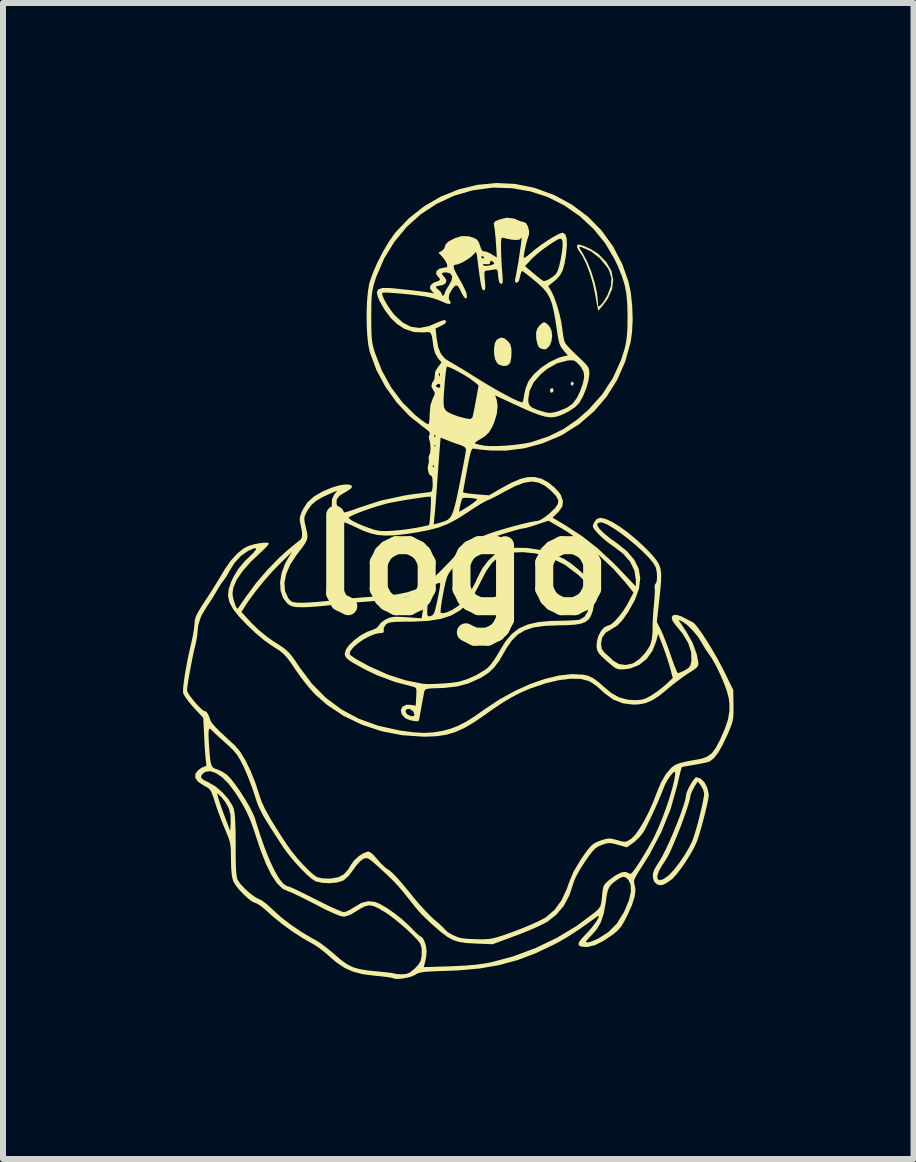
<source format=kicad_pcb>
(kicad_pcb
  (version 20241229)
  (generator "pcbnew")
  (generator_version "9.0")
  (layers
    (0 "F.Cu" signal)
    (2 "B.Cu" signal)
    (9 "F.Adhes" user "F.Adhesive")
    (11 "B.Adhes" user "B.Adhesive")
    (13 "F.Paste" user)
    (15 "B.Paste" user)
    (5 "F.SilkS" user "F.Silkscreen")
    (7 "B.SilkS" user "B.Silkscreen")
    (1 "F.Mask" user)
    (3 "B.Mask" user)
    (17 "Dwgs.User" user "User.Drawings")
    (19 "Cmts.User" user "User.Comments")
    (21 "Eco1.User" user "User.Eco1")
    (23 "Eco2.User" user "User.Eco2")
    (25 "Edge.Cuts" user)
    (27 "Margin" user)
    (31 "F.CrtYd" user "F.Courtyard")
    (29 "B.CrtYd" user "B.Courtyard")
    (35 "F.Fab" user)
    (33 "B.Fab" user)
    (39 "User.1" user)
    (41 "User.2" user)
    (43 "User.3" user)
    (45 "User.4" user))
  (footprint "logo"
    (layer "F.Cu")
    (at 4.641 6.363)
    (property "Reference" "logo" (at 0 0 0) (layer "F.SilkS") (effects (font (size 1.524 1.524) (thickness 0.3))))
    (attr board_only exclude_from_pos_files exclude_from_bom)
    (fp_poly (pts (xy 1.529 -2.932) (xy 1.531 -2.89) (xy 1.522 -2.877) (xy 1.491 -2.868) (xy 1.479 -2.881) (xy 1.477 -2.923) (xy 1.485 -2.936) (xy 1.516 -2.945)) (stroke (width 0) (type solid)) (fill yes) (layer "F.SilkS"))
    (fp_poly (pts (xy 1.873 -3.027) (xy 1.874 -3.02) (xy 1.854 -2.991) (xy 1.847 -2.987) (xy 1.824 -2.999) (xy 1.82 -3.02) (xy 1.833 -3.052) (xy 1.847 -3.053)) (stroke (width 0) (type solid)) (fill yes) (layer "F.SilkS"))
    (fp_poly (pts (xy 0.712 -3.777) (xy 0.772 -3.729) (xy 0.812 -3.677) (xy 0.83 -3.613) (xy 0.834 -3.538) (xy 0.829 -3.453) (xy 0.816 -3.382) (xy 0.808 -3.36) (xy 0.762 -3.32) (xy 0.695 -3.313) (xy 0.626 -3.336) (xy 0.592 -3.364) (xy 0.56 -3.426) (xy 0.543 -3.513) (xy 0.542 -3.608) (xy 0.556 -3.693) (xy 0.586 -3.75) (xy 0.593 -3.755) (xy 0.655 -3.787)) (stroke (width 0) (type solid)) (fill yes) (layer "F.SilkS"))
    (fp_poly (pts (xy 1.415 -4.025) (xy 1.461 -3.981) (xy 1.466 -3.974) (xy 1.501 -3.901) (xy 1.511 -3.814) (xy 1.499 -3.725) (xy 1.468 -3.65) (xy 1.421 -3.601) (xy 1.38 -3.589) (xy 1.319 -3.605) (xy 1.288 -3.628) (xy 1.267 -3.675) (xy 1.249 -3.75) (xy 1.245 -3.786) (xy 1.243 -3.872) (xy 1.262 -3.935) (xy 1.288 -3.974) (xy 1.334 -4.021) (xy 1.374 -4.043) (xy 1.377 -4.044)) (stroke (width 0) (type solid)) (fill yes) (layer "F.SilkS"))
    (fp_poly (pts (xy 2.026 -5.318) (xy 2.06 -5.305) (xy 2.157 -5.26) (xy 2.253 -5.2) (xy 2.285 -5.177) (xy 2.415 -5.043) (xy 2.497 -4.901) (xy 2.528 -4.752) (xy 2.51 -4.598) (xy 2.442 -4.442) (xy 2.355 -4.322) (xy 2.279 -4.233) (xy 2.266 -4.297) (xy 2.255 -4.355) (xy 2.239 -4.442) (xy 2.224 -4.524) (xy 2.187 -4.695) (xy 2.136 -4.865) (xy 2.077 -5.021) (xy 2.013 -5.15) (xy 1.954 -5.236) (xy 1.927 -5.286) (xy 1.927 -5.292) (xy 1.963 -5.292) (xy 1.979 -5.258) (xy 2.021 -5.191) (xy 2.095 -5.053) (xy 2.162 -4.888) (xy 2.217 -4.711) (xy 2.257 -4.539) (xy 2.274 -4.39) (xy 2.275 -4.367) (xy 2.277 -4.314) (xy 2.29 -4.306) (xy 2.325 -4.334) (xy 2.364 -4.382) (xy 2.411 -4.456) (xy 2.438 -4.507) (xy 2.491 -4.65) (xy 2.498 -4.781) (xy 2.459 -4.906) (xy 2.431 -4.955) (xy 2.308 -5.107) (xy 2.158 -5.224) (xy 2.002 -5.294) (xy 1.971 -5.301) (xy 1.963 -5.292) (xy 1.927 -5.292) (xy 1.925 -5.316) (xy 1.937 -5.335) (xy 1.966 -5.336)) (stroke (width 0) (type solid)) (fill yes) (layer "F.SilkS"))
    (fp_poly (pts (xy 3.985 3.562) (xy 4.049 3.624) (xy 4.096 3.713) (xy 4.119 3.817) (xy 4.12 3.841) (xy 4.113 3.899) (xy 4.094 3.994) (xy 4.066 4.114) (xy 4.032 4.246) (xy 3.996 4.378) (xy 3.96 4.5) (xy 3.928 4.598) (xy 3.917 4.626) (xy 3.872 4.722) (xy 3.808 4.835) (xy 3.732 4.955) (xy 3.653 5.069) (xy 3.578 5.165) (xy 3.516 5.232) (xy 3.501 5.244) (xy 3.414 5.305) (xy 3.352 5.335) (xy 3.302 5.339) (xy 3.259 5.324) (xy 3.211 5.283) (xy 3.19 5.213) (xy 3.189 5.202) (xy 3.19 5.185) (xy 3.263 5.185) (xy 3.268 5.237) (xy 3.303 5.256) (xy 3.363 5.239) (xy 3.447 5.18) (xy 3.459 5.169) (xy 3.54 5.083) (xy 3.63 4.966) (xy 3.72 4.834) (xy 3.797 4.703) (xy 3.843 4.609) (xy 3.871 4.533) (xy 3.904 4.425) (xy 3.94 4.298) (xy 3.974 4.163) (xy 4.005 4.034) (xy 4.028 3.923) (xy 4.042 3.841) (xy 4.044 3.814) (xy 4.028 3.747) (xy 3.991 3.68) (xy 3.99 3.679) (xy 3.936 3.611) (xy 3.877 3.707) (xy 3.841 3.775) (xy 3.819 3.831) (xy 3.817 3.844) (xy 3.808 3.898) (xy 3.782 3.989) (xy 3.745 4.105) (xy 3.698 4.238) (xy 3.647 4.376) (xy 3.603 4.486) (xy 3.545 4.627) (xy 3.5 4.732) (xy 3.464 4.81) (xy 3.431 4.873) (xy 3.396 4.93) (xy 3.355 4.992) (xy 3.349 5) (xy 3.289 5.104) (xy 3.263 5.185) (xy 3.19 5.185) (xy 3.191 5.142) (xy 3.212 5.081) (xy 3.256 5.003) (xy 3.291 4.95) (xy 3.341 4.866) (xy 3.4 4.751) (xy 3.464 4.614) (xy 3.529 4.464) (xy 3.591 4.311) (xy 3.648 4.164) (xy 3.694 4.032) (xy 3.726 3.926) (xy 3.74 3.853) (xy 3.74 3.844) (xy 3.752 3.795) (xy 3.782 3.726) (xy 3.822 3.652) (xy 3.863 3.587) (xy 3.898 3.546) (xy 3.912 3.538)) (stroke (width 0) (type solid)) (fill yes) (layer "F.SilkS"))
    (fp_poly (pts (xy 0.898 -6.347) (xy 1.216 -6.283) (xy 1.231 -6.278) (xy 1.551 -6.16) (xy 1.843 -6.001) (xy 2.105 -5.804) (xy 2.334 -5.572) (xy 2.526 -5.307) (xy 2.679 -5.012) (xy 2.781 -4.726) (xy 2.821 -4.537) (xy 2.845 -4.319) (xy 2.853 -4.092) (xy 2.842 -3.876) (xy 2.819 -3.714) (xy 2.729 -3.387) (xy 2.595 -3.083) (xy 2.421 -2.805) (xy 2.209 -2.558) (xy 1.962 -2.344) (xy 1.683 -2.168) (xy 1.63 -2.141) (xy 1.342 -2.021) (xy 1.041 -1.941) (xy 0.737 -1.903) (xy 0.486 -1.905) (xy 0.38 -1.914) (xy 0.288 -1.924) (xy 0.226 -1.933) (xy 0.216 -1.935) (xy 0.194 -1.938) (xy 0.177 -1.929) (xy 0.162 -1.901) (xy 0.146 -1.846) (xy 0.126 -1.758) (xy 0.101 -1.63) (xy 0.093 -1.587) (xy 0.069 -1.458) (xy 0.049 -1.347) (xy 0.034 -1.263) (xy 0.026 -1.216) (xy 0.025 -1.21) (xy 0.048 -1.201) (xy 0.111 -1.19) (xy 0.2 -1.18) (xy 0.242 -1.176) (xy 0.458 -1.158) (xy 0.662 -1.276) (xy 0.836 -1.37) (xy 0.981 -1.432) (xy 1.105 -1.462) (xy 1.216 -1.464) (xy 1.322 -1.438) (xy 1.348 -1.428) (xy 1.45 -1.371) (xy 1.549 -1.291) (xy 1.629 -1.204) (xy 1.657 -1.16) (xy 1.691 -1.058) (xy 1.679 -0.969) (xy 1.619 -0.884) (xy 1.605 -0.871) (xy 1.517 -0.787) (xy 1.738 -0.655) (xy 2.008 -0.479) (xy 2.263 -0.28) (xy 2.514 -0.048) (xy 2.637 0.077) (xy 2.906 0.361) (xy 2.906 0.255) (xy 2.882 0.096) (xy 2.809 -0.053) (xy 2.689 -0.189) (xy 2.544 -0.299) (xy 2.445 -0.369) (xy 2.346 -0.451) (xy 2.28 -0.515) (xy 2.222 -0.58) (xy 2.193 -0.622) (xy 2.189 -0.655) (xy 2.192 -0.662) (xy 2.261 -0.662) (xy 2.293 -0.607) (xy 2.365 -0.534) (xy 2.475 -0.443) (xy 2.59 -0.361) (xy 2.759 -0.226) (xy 2.879 -0.085) (xy 2.953 0.064) (xy 2.979 0.224) (xy 2.958 0.397) (xy 2.891 0.583) (xy 2.777 0.787) (xy 2.69 0.912) (xy 2.6 1.01) (xy 2.504 1.07) (xy 2.402 1.131) (xy 2.343 1.214) (xy 2.325 1.32) (xy 2.338 1.402) (xy 2.382 1.463) (xy 2.392 1.472) (xy 2.458 1.53) (xy 2.527 1.594) (xy 2.532 1.599) (xy 2.623 1.653) (xy 2.734 1.669) (xy 2.847 1.646) (xy 2.876 1.632) (xy 2.973 1.563) (xy 3.065 1.464) (xy 3.135 1.356) (xy 3.147 1.331) (xy 3.172 1.237) (xy 3.184 1.119) (xy 3.184 1.078) (xy 3.185 0.98) (xy 3.191 0.855) (xy 3.201 0.723) (xy 3.206 0.677) (xy 3.215 0.566) (xy 3.221 0.47) (xy 3.221 0.403) (xy 3.218 0.383) (xy 3.22 0.336) (xy 3.233 0.317) (xy 3.252 0.28) (xy 3.259 0.212) (xy 3.255 0.13) (xy 3.24 0.052) (xy 3.234 0.035) (xy 3.193 -0.034) (xy 3.12 -0.121) (xy 3.021 -0.221) (xy 2.907 -0.325) (xy 2.783 -0.428) (xy 2.658 -0.524) (xy 2.54 -0.606) (xy 2.436 -0.668) (xy 2.355 -0.702) (xy 2.324 -0.708) (xy 2.271 -0.696) (xy 2.261 -0.662) (xy 2.192 -0.662) (xy 2.204 -0.693) (xy 2.211 -0.708) (xy 2.255 -0.765) (xy 2.314 -0.783) (xy 2.32 -0.783) (xy 2.402 -0.765) (xy 2.511 -0.715) (xy 2.638 -0.637) (xy 2.777 -0.536) (xy 2.919 -0.418) (xy 3.058 -0.289) (xy 3.101 -0.245) (xy 3.186 -0.155) (xy 3.248 -0.079) (xy 3.291 -0.009) (xy 3.317 0.066) (xy 3.328 0.156) (xy 3.326 0.268) (xy 3.314 0.414) (xy 3.298 0.564) (xy 3.255 0.951) (xy 3.322 1.084) (xy 3.358 1.163) (xy 3.402 1.274) (xy 3.45 1.402) (xy 3.488 1.512) (xy 3.528 1.625) (xy 3.563 1.718) (xy 3.59 1.781) (xy 3.606 1.806) (xy 3.607 1.806) (xy 3.64 1.795) (xy 3.699 1.768) (xy 3.721 1.758) (xy 3.784 1.718) (xy 3.816 1.67) (xy 3.831 1.603) (xy 3.828 1.458) (xy 3.779 1.306) (xy 3.682 1.144) (xy 3.572 1.01) (xy 3.516 0.931) (xy 3.503 0.872) (xy 3.528 0.838) (xy 3.585 0.834) (xy 3.672 0.862) (xy 3.716 0.885) (xy 3.784 0.922) (xy 3.84 0.949) (xy 3.848 0.952) (xy 3.885 0.981) (xy 3.941 1.049) (xy 4.01 1.146) (xy 4.089 1.266) (xy 4.172 1.402) (xy 4.255 1.545) (xy 4.333 1.689) (xy 4.38 1.782) (xy 4.529 2.085) (xy 4.533 2.338) (xy 4.533 2.457) (xy 4.529 2.544) (xy 4.515 2.618) (xy 4.488 2.697) (xy 4.446 2.8) (xy 4.438 2.818) (xy 4.353 2.999) (xy 4.276 3.134) (xy 4.205 3.225) (xy 4.138 3.275) (xy 4.127 3.28) (xy 4.067 3.297) (xy 3.976 3.316) (xy 3.873 3.334) (xy 3.868 3.335) (xy 3.776 3.35) (xy 3.707 3.363) (xy 3.672 3.371) (xy 3.671 3.372) (xy 3.662 3.399) (xy 3.645 3.465) (xy 3.622 3.56) (xy 3.598 3.668) (xy 3.486 4.066) (xy 3.332 4.45) (xy 3.132 4.829) (xy 3.011 5.023) (xy 2.943 5.127) (xy 2.901 5.2) (xy 2.879 5.25) (xy 2.874 5.287) (xy 2.882 5.321) (xy 2.884 5.326) (xy 2.9 5.417) (xy 2.886 5.53) (xy 2.841 5.671) (xy 2.768 5.834) (xy 2.709 5.949) (xy 2.658 6.032) (xy 2.604 6.094) (xy 2.537 6.151) (xy 2.523 6.162) (xy 2.361 6.271) (xy 2.223 6.339) (xy 2.104 6.368) (xy 2.077 6.369) (xy 1.992 6.362) (xy 1.951 6.339) (xy 1.953 6.298) (xy 1.965 6.28) (xy 2.072 6.28) (xy 2.093 6.294) (xy 2.149 6.283) (xy 2.232 6.25) (xy 2.278 6.228) (xy 2.448 6.12) (xy 2.587 5.98) (xy 2.699 5.802) (xy 2.716 5.769) (xy 2.79 5.591) (xy 2.824 5.444) (xy 2.818 5.327) (xy 2.782 5.252) (xy 2.739 5.21) (xy 2.696 5.199) (xy 2.639 5.22) (xy 2.559 5.274) (xy 2.503 5.32) (xy 2.464 5.368) (xy 2.438 5.429) (xy 2.419 5.516) (xy 2.403 5.633) (xy 2.37 5.815) (xy 2.321 5.96) (xy 2.249 6.081) (xy 2.176 6.164) (xy 2.12 6.222) (xy 2.083 6.265) (xy 2.072 6.28) (xy 1.965 6.28) (xy 1.997 6.234) (xy 2.063 6.165) (xy 2.126 6.098) (xy 2.186 6.026) (xy 2.236 5.959) (xy 2.272 5.902) (xy 2.289 5.863) (xy 2.283 5.85) (xy 2.256 5.865) (xy 2.09 5.985) (xy 1.954 6.08) (xy 1.838 6.157) (xy 1.733 6.222) (xy 1.628 6.282) (xy 1.542 6.328) (xy 1.232 6.475) (xy 0.929 6.589) (xy 0.622 6.672) (xy 0.298 6.728) (xy -0.055 6.759) (xy -0.215 6.766) (xy -0.385 6.771) (xy -0.512 6.777) (xy -0.604 6.783) (xy -0.669 6.792) (xy -0.715 6.803) (xy -0.749 6.819) (xy -0.769 6.832) (xy -0.827 6.859) (xy -0.908 6.881) (xy -0.997 6.897) (xy -1.076 6.902) (xy -1.13 6.895) (xy -1.14 6.889) (xy -1.17 6.88) (xy -1.24 6.87) (xy -1.338 6.858) (xy -1.443 6.848) (xy -1.642 6.823) (xy -1.805 6.781) (xy -1.947 6.718) (xy -2.083 6.627) (xy -2.199 6.528) (xy -2.288 6.45) (xy -2.379 6.38) (xy -2.455 6.33) (xy -2.47 6.322) (xy -2.636 6.228) (xy -2.816 6.112) (xy -2.991 5.985) (xy -3.146 5.859) (xy -3.2 5.81) (xy -3.283 5.736) (xy -3.358 5.677) (xy -3.413 5.643) (xy -3.434 5.636) (xy -3.48 5.618) (xy -3.547 5.569) (xy -3.623 5.5) (xy -3.698 5.422) (xy -3.76 5.345) (xy -3.801 5.279) (xy -3.804 5.274) (xy -3.826 5.189) (xy -3.838 5.062) (xy -3.842 4.91) (xy -3.843 4.786) (xy -3.848 4.695) (xy -3.861 4.619) (xy -3.885 4.543) (xy -3.924 4.448) (xy -3.94 4.409) (xy -3.995 4.276) (xy -4.051 4.127) (xy -4.099 3.989) (xy -4.108 3.959) (xy -4.142 3.854) (xy -4.162 3.804) (xy -4.073 3.804) (xy -4.055 3.88) (xy -4.038 3.936) (xy -4.008 4.024) (xy -3.97 4.131) (xy -3.946 4.195) (xy -3.854 4.436) (xy -3.847 4.288) (xy -3.85 4.167) (xy -3.876 4.067) (xy -3.891 4.033) (xy -3.938 3.952) (xy -3.992 3.881) (xy -4.008 3.865) (xy -4.073 3.804) (xy -4.162 3.804) (xy -4.169 3.786) (xy -4.197 3.742) (xy -4.235 3.711) (xy -4.289 3.681) (xy -4.297 3.677) (xy -4.391 3.615) (xy -4.437 3.549) (xy -4.436 3.518) (xy -4.339 3.518) (xy -4.337 3.551) (xy -4.297 3.585) (xy -4.213 3.626) (xy -4.213 3.626) (xy -4.1 3.693) (xy -3.988 3.788) (xy -3.89 3.897) (xy -3.819 4.008) (xy -3.795 4.067) (xy -3.781 4.144) (xy -3.771 4.27) (xy -3.765 4.445) (xy -3.763 4.668) (xy -3.763 4.68) (xy -3.763 4.871) (xy -3.76 5.017) (xy -3.754 5.124) (xy -3.745 5.198) (xy -3.734 5.245) (xy -3.729 5.254) (xy -3.683 5.319) (xy -3.612 5.395) (xy -3.529 5.47) (xy -3.448 5.531) (xy -3.382 5.568) (xy -3.371 5.571) (xy -3.322 5.597) (xy -3.251 5.65) (xy -3.171 5.722) (xy -3.139 5.753) (xy -3.009 5.87) (xy -2.847 5.995) (xy -2.668 6.117) (xy -2.486 6.225) (xy -2.432 6.254) (xy -2.359 6.299) (xy -2.266 6.367) (xy -2.167 6.447) (xy -2.124 6.485) (xy -2.008 6.584) (xy -1.908 6.656) (xy -1.809 6.705) (xy -1.697 6.738) (xy -1.56 6.76) (xy -1.427 6.773) (xy -1.309 6.785) (xy -1.211 6.796) (xy -1.143 6.805) (xy -1.116 6.812) (xy -1.085 6.819) (xy -1.023 6.823) (xy -0.993 6.824) (xy -0.919 6.818) (xy -0.86 6.793) (xy -0.793 6.74) (xy -0.779 6.727) (xy -0.716 6.661) (xy -0.682 6.602) (xy -0.666 6.526) (xy -0.664 6.504) (xy -0.664 6.391) (xy -0.686 6.315) (xy -0.729 6.258) (xy -0.804 6.179) (xy -0.899 6.088) (xy -1.007 5.993) (xy -1.116 5.903) (xy -1.217 5.827) (xy -1.264 5.796) (xy -1.38 5.726) (xy -1.468 5.686) (xy -1.542 5.675) (xy -1.613 5.692) (xy -1.694 5.736) (xy -1.733 5.761) (xy -1.851 5.831) (xy -1.944 5.862) (xy -1.964 5.863) (xy -2.026 5.85) (xy -2.128 5.81) (xy -2.269 5.744) (xy -2.432 5.66) (xy -2.564 5.592) (xy -2.684 5.532) (xy -2.785 5.484) (xy -2.856 5.452) (xy -2.885 5.442) (xy -2.98 5.399) (xy -3.073 5.31) (xy -3.166 5.172) (xy -3.258 4.986) (xy -3.35 4.751) (xy -3.412 4.567) (xy -3.471 4.387) (xy -3.526 4.24) (xy -3.583 4.113) (xy -3.649 3.991) (xy -3.73 3.858) (xy -3.782 3.78) (xy -3.885 3.644) (xy -3.991 3.539) (xy -4.093 3.47) (xy -4.186 3.439) (xy -4.266 3.449) (xy -4.307 3.477) (xy -4.339 3.518) (xy -4.436 3.518) (xy -4.435 3.482) (xy -4.386 3.419) (xy -4.329 3.38) (xy -4.282 3.362) (xy -4.28 3.361) (xy -4.252 3.347) (xy -4.255 3.304) (xy -4.262 3.258) (xy -4.269 3.173) (xy -4.278 3.06) (xy -4.285 2.93) (xy -4.287 2.898) (xy -4.29 2.829) (xy -4.216 2.829) (xy -4.211 2.953) (xy -4.21 2.976) (xy -4.199 3.126) (xy -4.189 3.234) (xy -4.177 3.307) (xy -4.16 3.353) (xy -4.137 3.381) (xy -4.105 3.398) (xy -4.073 3.408) (xy -3.991 3.444) (xy -3.911 3.497) (xy -3.901 3.506) (xy -3.836 3.575) (xy -3.758 3.677) (xy -3.674 3.799) (xy -3.592 3.929) (xy -3.52 4.054) (xy -3.467 4.162) (xy -3.445 4.219) (xy -3.36 4.489) (xy -3.276 4.727) (xy -3.193 4.932) (xy -3.113 5.101) (xy -3.038 5.229) (xy -2.969 5.315) (xy -2.908 5.355) (xy -2.89 5.358) (xy -2.857 5.369) (xy -2.786 5.4) (xy -2.687 5.447) (xy -2.566 5.507) (xy -2.435 5.573) (xy -2.299 5.641) (xy -2.176 5.701) (xy -2.072 5.747) (xy -1.997 5.778) (xy -1.96 5.788) (xy -1.908 5.773) (xy -1.836 5.736) (xy -1.792 5.707) (xy -1.67 5.635) (xy -1.557 5.606) (xy -1.444 5.617) (xy -1.442 5.618) (xy -1.354 5.654) (xy -1.243 5.719) (xy -1.12 5.804) (xy -0.996 5.902) (xy -0.885 6.003) (xy -0.851 6.037) (xy -0.781 6.108) (xy -0.724 6.162) (xy -0.687 6.19) (xy -0.681 6.192) (xy -0.65 6.214) (xy -0.619 6.271) (xy -0.594 6.346) (xy -0.582 6.424) (xy -0.581 6.437) (xy -0.588 6.529) (xy -0.605 6.616) (xy -0.606 6.619) (xy -0.63 6.704) (xy -0.195 6.691) (xy 0.045 6.68) (xy 0.244 6.663) (xy 0.414 6.639) (xy 0.489 6.625) (xy 0.861 6.525) (xy 1.23 6.388) (xy 1.583 6.219) (xy 1.911 6.023) (xy 2.204 5.805) (xy 2.232 5.782) (xy 2.282 5.735) (xy 2.313 5.692) (xy 2.329 5.636) (xy 2.34 5.551) (xy 2.342 5.518) (xy 2.352 5.423) (xy 2.366 5.361) (xy 2.391 5.317) (xy 2.436 5.273) (xy 2.461 5.252) (xy 2.572 5.172) (xy 2.665 5.126) (xy 2.736 5.117) (xy 2.766 5.13) (xy 2.807 5.149) (xy 2.826 5.146) (xy 2.858 5.113) (xy 2.908 5.044) (xy 2.971 4.949) (xy 3.04 4.837) (xy 3.11 4.718) (xy 3.176 4.6) (xy 3.214 4.526) (xy 3.279 4.385) (xy 3.345 4.226) (xy 3.408 4.057) (xy 3.464 3.889) (xy 3.51 3.733) (xy 3.544 3.597) (xy 3.561 3.494) (xy 3.562 3.462) (xy 3.551 3.448) (xy 3.522 3.468) (xy 3.482 3.515) (xy 3.439 3.577) (xy 3.399 3.648) (xy 3.374 3.706) (xy 3.332 3.813) (xy 3.278 3.942) (xy 3.217 4.08) (xy 3.154 4.215) (xy 3.096 4.335) (xy 3.048 4.427) (xy 3.028 4.461) (xy 2.965 4.54) (xy 2.886 4.616) (xy 2.859 4.635) (xy 2.755 4.708) (xy 2.606 4.666) (xy 2.52 4.643) (xy 2.46 4.637) (xy 2.404 4.646) (xy 2.337 4.669) (xy 2.28 4.693) (xy 2.232 4.725) (xy 2.184 4.774) (xy 2.127 4.847) (xy 2.057 4.948) (xy 1.989 5.054) (xy 1.929 5.158) (xy 1.886 5.244) (xy 1.87 5.289) (xy 1.799 5.507) (xy 1.704 5.685) (xy 1.579 5.832) (xy 1.437 5.944) (xy 1.366 5.984) (xy 1.259 6.035) (xy 1.128 6.092) (xy 0.985 6.15) (xy 0.91 6.178) (xy 0.518 6.323) (xy 0.24 6.312) (xy 0.082 6.303) (xy -0.04 6.285) (xy -0.14 6.253) (xy -0.233 6.202) (xy -0.334 6.127) (xy -0.397 6.073) (xy -0.518 5.966) (xy -0.612 5.878) (xy -0.693 5.795) (xy -0.772 5.703) (xy -0.862 5.59) (xy -0.885 5.561) (xy -0.972 5.451) (xy -1.054 5.355) (xy -1.14 5.264) (xy -1.241 5.166) (xy -1.367 5.049) (xy -1.414 5.007) (xy -1.491 4.94) (xy -1.542 4.902) (xy -1.579 4.888) (xy -1.613 4.892) (xy -1.636 4.901) (xy -1.688 4.939) (xy -1.751 5.009) (xy -1.8 5.078) (xy -1.88 5.184) (xy -1.959 5.254) (xy -1.981 5.266) (xy -2.079 5.295) (xy -2.201 5.306) (xy -2.325 5.3) (xy -2.429 5.275) (xy -2.434 5.273) (xy -2.495 5.234) (xy -2.578 5.163) (xy -2.673 5.068) (xy -2.774 4.958) (xy -2.871 4.842) (xy -2.956 4.729) (xy -2.989 4.68) (xy -3.102 4.506) (xy -3.191 4.368) (xy -3.259 4.257) (xy -3.312 4.168) (xy -3.351 4.092) (xy -3.383 4.024) (xy -3.409 3.956) (xy -3.434 3.88) (xy -3.448 3.836) (xy -3.496 3.696) (xy -3.554 3.544) (xy -3.613 3.405) (xy -3.635 3.356) (xy -3.689 3.25) (xy -3.74 3.167) (xy -3.799 3.095) (xy -3.879 3.017) (xy -3.949 2.954) (xy -4.034 2.878) (xy -4.104 2.813) (xy -4.151 2.768) (xy -4.166 2.75) (xy -4.195 2.73) (xy -4.201 2.73) (xy -4.213 2.754) (xy -4.216 2.829) (xy -4.29 2.829) (xy -4.304 2.55) (xy -4.465 2.377) (xy -4.539 2.291) (xy -4.598 2.211) (xy -4.634 2.149) (xy -4.64 2.132) (xy -4.64 2.093) (xy -4.574 2.093) (xy -4.559 2.133) (xy -4.519 2.194) (xy -4.464 2.264) (xy -4.402 2.335) (xy -4.344 2.394) (xy -4.297 2.432) (xy -4.272 2.439) (xy -4.249 2.451) (xy -4.219 2.498) (xy -4.191 2.569) (xy -4.184 2.594) (xy -4.158 2.637) (xy -4.105 2.699) (xy -4.036 2.77) (xy -4.024 2.781) (xy -3.936 2.862) (xy -3.847 2.945) (xy -3.777 3.01) (xy -3.689 3.113) (xy -3.6 3.259) (xy -3.512 3.44) (xy -3.43 3.647) (xy -3.363 3.856) (xy -3.328 3.954) (xy -3.272 4.073) (xy -3.194 4.215) (xy -3.09 4.385) (xy -2.959 4.589) (xy -2.892 4.688) (xy -2.819 4.788) (xy -2.732 4.895) (xy -2.638 4.999) (xy -2.547 5.091) (xy -2.467 5.162) (xy -2.408 5.203) (xy -2.402 5.206) (xy -2.324 5.224) (xy -2.219 5.229) (xy -2.174 5.227) (xy -2.051 5.206) (xy -1.959 5.156) (xy -1.884 5.071) (xy -1.842 4.998) (xy -1.79 4.926) (xy -1.716 4.858) (xy -1.635 4.805) (xy -1.563 4.779) (xy -1.549 4.778) (xy -1.51 4.797) (xy -1.456 4.846) (xy -1.403 4.907) (xy -1.339 4.98) (xy -1.276 5.04) (xy -1.237 5.068) (xy -1.195 5.096) (xy -1.141 5.144) (xy -1.073 5.215) (xy -0.986 5.314) (xy -0.876 5.447) (xy -0.783 5.561) (xy -0.691 5.67) (xy -0.591 5.778) (xy -0.498 5.872) (xy -0.442 5.922) (xy -0.367 5.986) (xy -0.307 6.042) (xy -0.273 6.078) (xy -0.27 6.082) (xy -0.228 6.122) (xy -0.154 6.165) (xy -0.066 6.203) (xy -0.013 6.219) (xy 0.047 6.228) (xy 0.141 6.235) (xy 0.251 6.239) (xy 0.287 6.24) (xy 0.375 6.24) (xy 0.449 6.236) (xy 0.519 6.225) (xy 0.598 6.205) (xy 0.697 6.173) (xy 0.827 6.127) (xy 0.887 6.105) (xy 1.029 6.05) (xy 1.167 5.992) (xy 1.288 5.937) (xy 1.379 5.889) (xy 1.405 5.874) (xy 1.55 5.75) (xy 1.668 5.589) (xy 1.76 5.388) (xy 1.783 5.317) (xy 1.868 5.111) (xy 1.989 4.91) (xy 2.066 4.799) (xy 2.124 4.722) (xy 2.172 4.671) (xy 2.219 4.636) (xy 2.275 4.61) (xy 2.335 4.589) (xy 2.411 4.566) (xy 2.471 4.56) (xy 2.538 4.572) (xy 2.597 4.588) (xy 2.676 4.61) (xy 2.727 4.615) (xy 2.769 4.602) (xy 2.822 4.568) (xy 2.83 4.563) (xy 2.892 4.502) (xy 2.964 4.401) (xy 3.042 4.271) (xy 3.12 4.12) (xy 3.192 3.957) (xy 3.248 3.812) (xy 3.323 3.63) (xy 3.408 3.484) (xy 3.498 3.379) (xy 3.565 3.332) (xy 3.633 3.306) (xy 3.733 3.28) (xy 3.844 3.259) (xy 3.865 3.256) (xy 3.996 3.232) (xy 4.093 3.197) (xy 4.168 3.143) (xy 4.232 3.06) (xy 4.297 2.939) (xy 4.31 2.913) (xy 4.389 2.732) (xy 4.44 2.58) (xy 4.464 2.444) (xy 4.465 2.314) (xy 4.454 2.225) (xy 4.424 2.111) (xy 4.374 1.971) (xy 4.309 1.82) (xy 4.237 1.674) (xy 4.166 1.549) (xy 4.115 1.476) (xy 4.064 1.403) (xy 4.014 1.319) (xy 4.007 1.305) (xy 3.939 1.197) (xy 3.849 1.088) (xy 3.754 0.997) (xy 3.689 0.95) (xy 3.64 0.925) (xy 3.62 0.921) (xy 3.621 0.925) (xy 3.641 0.956) (xy 3.681 1.016) (xy 3.734 1.096) (xy 3.749 1.117) (xy 3.853 1.303) (xy 3.922 1.495) (xy 3.947 1.627) (xy 3.947 1.667) (xy 3.931 1.701) (xy 3.889 1.738) (xy 3.814 1.787) (xy 3.791 1.801) (xy 3.695 1.866) (xy 3.582 1.95) (xy 3.471 2.038) (xy 3.437 2.067) (xy 3.3 2.179) (xy 3.181 2.257) (xy 3.07 2.304) (xy 2.956 2.326) (xy 2.866 2.33) (xy 2.691 2.309) (xy 2.532 2.247) (xy 2.382 2.139) (xy 2.338 2.098) (xy 2.258 2.027) (xy 2.176 1.968) (xy 2.117 1.935) (xy 1.982 1.901) (xy 1.812 1.898) (xy 1.614 1.924) (xy 1.392 1.978) (xy 1.152 2.06) (xy 1.12 2.072) (xy 0.975 2.135) (xy 0.833 2.209) (xy 0.681 2.3) (xy 0.508 2.416) (xy 0.401 2.493) (xy 0.213 2.622) (xy 0.05 2.718) (xy -0.101 2.787) (xy -0.25 2.831) (xy -0.409 2.856) (xy -0.59 2.864) (xy -0.632 2.864) (xy -0.988 2.84) (xy -1.332 2.773) (xy -1.659 2.665) (xy -1.964 2.518) (xy -2.24 2.334) (xy -2.435 2.164) (xy -2.515 2.077) (xy -2.609 1.963) (xy -2.703 1.838) (xy -2.769 1.744) (xy -2.846 1.63) (xy -2.908 1.548) (xy -2.964 1.487) (xy -3.025 1.436) (xy -3.102 1.385) (xy -3.145 1.358) (xy -3.283 1.262) (xy -3.435 1.135) (xy -3.582 0.995) (xy -3.716 0.853) (xy -3.768 0.786) (xy -3.667 0.786) (xy -3.5 0.968) (xy -3.382 1.083) (xy -3.249 1.193) (xy -3.142 1.269) (xy -3.032 1.338) (xy -2.951 1.395) (xy -2.888 1.45) (xy -2.832 1.514) (xy -2.77 1.6) (xy -2.699 1.706) (xy -2.491 1.983) (xy -2.259 2.217) (xy -2.001 2.409) (xy -1.714 2.563) (xy -1.396 2.679) (xy -1.043 2.758) (xy -0.998 2.765) (xy -0.797 2.791) (xy -0.628 2.801) (xy -0.476 2.793) (xy -0.327 2.769) (xy -0.324 2.769) (xy -0.191 2.734) (xy -0.064 2.686) (xy 0.068 2.619) (xy 0.215 2.527) (xy 0.379 2.412) (xy 0.628 2.246) (xy 0.883 2.105) (xy 1.138 1.989) (xy 1.386 1.902) (xy 1.621 1.845) (xy 1.838 1.821) (xy 2.03 1.831) (xy 2.109 1.848) (xy 2.198 1.89) (xy 2.306 1.971) (xy 2.363 2.024) (xy 2.498 2.137) (xy 2.628 2.209) (xy 2.769 2.247) (xy 2.886 2.255) (xy 2.982 2.251) (xy 3.06 2.231) (xy 3.147 2.186) (xy 3.164 2.176) (xy 3.262 2.11) (xy 3.362 2.032) (xy 3.41 1.99) (xy 3.521 1.886) (xy 3.477 1.72) (xy 3.445 1.613) (xy 3.403 1.485) (xy 3.359 1.362) (xy 3.355 1.352) (xy 3.277 1.15) (xy 3.245 1.272) (xy 3.181 1.436) (xy 3.084 1.57) (xy 2.959 1.669) (xy 2.813 1.727) (xy 2.732 1.739) (xy 2.658 1.743) (xy 2.605 1.738) (xy 2.559 1.717) (xy 2.502 1.674) (xy 2.437 1.618) (xy 2.348 1.538) (xy 2.292 1.479) (xy 2.262 1.428) (xy 2.251 1.374) (xy 2.254 1.304) (xy 2.255 1.285) (xy 2.278 1.191) (xy 2.323 1.105) (xy 2.379 1.041) (xy 2.439 1.012) (xy 2.448 1.011) (xy 2.494 0.991) (xy 2.557 0.936) (xy 2.628 0.855) (xy 2.7 0.76) (xy 2.764 0.657) (xy 2.779 0.628) (xy 2.866 0.462) (xy 2.736 0.299) (xy 2.531 0.068) (xy 2.289 -0.16) (xy 2.023 -0.373) (xy 1.747 -0.561) (xy 1.653 -0.617) (xy 1.448 -0.735) (xy 1.257 -0.671) (xy 1.162 -0.64) (xy 1.083 -0.618) (xy 1.034 -0.607) (xy 1.029 -0.607) (xy 0.981 -0.598) (xy 0.897 -0.576) (xy 0.789 -0.544) (xy 0.667 -0.506) (xy 0.545 -0.465) (xy 0.431 -0.424) (xy 0.34 -0.389) (xy 0.292 -0.368) (xy 0.201 -0.311) (xy 0.108 -0.233) (xy 0.063 -0.186) (xy -0.014 -0.096) (xy -0.1 0.003) (xy -0.142 0.052) (xy -0.187 0.106) (xy -0.219 0.155) (xy -0.244 0.212) (xy -0.266 0.289) (xy -0.289 0.397) (xy -0.305 0.476) (xy -0.326 0.595) (xy -0.341 0.694) (xy -0.349 0.765) (xy -0.348 0.797) (xy -0.348 0.798) (xy -0.306 0.807) (xy -0.237 0.789) (xy -0.154 0.75) (xy -0.067 0.694) (xy -0.065 0.693) (xy 0.046 0.59) (xy 0.142 0.461) (xy 0.23 0.296) (xy 0.266 0.215) (xy 0.346 0.061) (xy 0.448 -0.073) (xy 0.561 -0.178) (xy 0.679 -0.245) (xy 0.708 -0.255) (xy 0.888 -0.284) (xy 1.091 -0.282) (xy 1.304 -0.249) (xy 1.513 -0.188) (xy 1.704 -0.101) (xy 1.714 -0.096) (xy 1.813 -0.031) (xy 1.92 0.053) (xy 2.024 0.145) (xy 2.114 0.236) (xy 2.176 0.314) (xy 2.191 0.338) (xy 2.213 0.418) (xy 2.219 0.529) (xy 2.21 0.652) (xy 2.187 0.77) (xy 2.156 0.854) (xy 2.12 0.91) (xy 2.069 0.95) (xy 1.996 0.979) (xy 1.894 0.997) (xy 1.754 1.006) (xy 1.603 1.009) (xy 1.383 1.018) (xy 1.205 1.043) (xy 1.06 1.09) (xy 0.94 1.161) (xy 0.839 1.261) (xy 0.748 1.393) (xy 0.714 1.454) (xy 0.626 1.603) (xy 0.542 1.715) (xy 0.449 1.801) (xy 0.337 1.875) (xy 0.306 1.891) (xy 0.117 1.976) (xy -0.078 2.028) (xy -0.296 2.052) (xy -0.366 2.055) (xy -0.479 2.058) (xy -0.551 2.064) (xy -0.592 2.074) (xy -0.612 2.09) (xy -0.62 2.11) (xy -0.629 2.157) (xy -0.643 2.233) (xy -0.661 2.326) (xy -0.678 2.422) (xy -0.694 2.508) (xy -0.704 2.57) (xy -0.708 2.593) (xy -0.729 2.606) (xy -0.78 2.605) (xy -0.846 2.592) (xy -0.908 2.571) (xy -0.944 2.551) (xy -1 2.485) (xy -1.005 2.454) (xy -0.931 2.454) (xy -0.902 2.493) (xy -0.891 2.5) (xy -0.829 2.524) (xy -0.791 2.516) (xy -0.783 2.495) (xy -0.805 2.441) (xy -0.858 2.406) (xy -0.89 2.401) (xy -0.927 2.417) (xy -0.931 2.454) (xy -1.005 2.454) (xy -1.011 2.419) (xy -0.984 2.364) (xy -0.921 2.333) (xy -0.849 2.333) (xy -0.763 2.347) (xy -0.754 2.196) (xy -0.751 2.112) (xy -0.756 2.065) (xy -0.773 2.042) (xy -0.808 2.032) (xy -0.809 2.031) (xy -1.118 1.949) (xy -1.415 1.837) (xy -1.592 1.752) (xy -1.727 1.679) (xy -1.824 1.624) (xy -1.887 1.58) (xy -1.924 1.544) (xy -1.942 1.51) (xy -1.945 1.487) (xy -1.865 1.487) (xy -1.84 1.513) (xy -1.777 1.557) (xy -1.681 1.613) (xy -1.562 1.677) (xy -1.529 1.694) (xy -1.226 1.83) (xy -0.932 1.925) (xy -0.644 1.982) (xy -0.563 1.987) (xy -0.448 1.985) (xy -0.318 1.978) (xy -0.19 1.968) (xy -0.08 1.954) (xy -0.033 1.945) (xy 0.105 1.901) (xy 0.253 1.834) (xy 0.385 1.755) (xy 0.435 1.718) (xy 0.486 1.663) (xy 0.548 1.578) (xy 0.611 1.478) (xy 0.632 1.441) (xy 0.731 1.278) (xy 0.838 1.152) (xy 0.96 1.058) (xy 1.105 0.994) (xy 1.279 0.954) (xy 1.491 0.935) (xy 1.601 0.933) (xy 1.726 0.93) (xy 1.838 0.926) (xy 1.923 0.92) (xy 1.969 0.913) (xy 2.047 0.868) (xy 2.102 0.781) (xy 2.134 0.65) (xy 2.139 0.605) (xy 2.143 0.49) (xy 2.127 0.398) (xy 2.085 0.316) (xy 2.01 0.229) (xy 1.943 0.166) (xy 1.725 0.001) (xy 1.49 -0.117) (xy 1.242 -0.189) (xy 1.026 -0.211) (xy 0.859 -0.205) (xy 0.722 -0.177) (xy 0.608 -0.121) (xy 0.509 -0.032) (xy 0.418 0.095) (xy 0.327 0.266) (xy 0.31 0.302) (xy 0.211 0.491) (xy 0.102 0.642) (xy -0.022 0.758) (xy -0.169 0.843) (xy -0.344 0.901) (xy -0.553 0.934) (xy -0.803 0.947) (xy -0.85 0.947) (xy -0.995 0.948) (xy -1.099 0.951) (xy -1.169 0.958) (xy -1.216 0.968) (xy -1.246 0.984) (xy -1.258 0.993) (xy -1.295 1.049) (xy -1.296 1.088) (xy -1.296 1.124) (xy -1.329 1.137) (xy -1.356 1.138) (xy -1.437 1.152) (xy -1.533 1.19) (xy -1.633 1.244) (xy -1.726 1.308) (xy -1.802 1.375) (xy -1.852 1.437) (xy -1.865 1.487) (xy -1.945 1.487) (xy -1.946 1.477) (xy -1.924 1.408) (xy -1.866 1.329) (xy -1.78 1.249) (xy -1.678 1.174) (xy -1.57 1.115) (xy -1.488 1.086) (xy -1.414 1.053) (xy -1.377 1.01) (xy -1.346 0.968) (xy -1.286 0.923) (xy -1.259 0.908) (xy -1.206 0.883) (xy -1.153 0.87) (xy -1.087 0.865) (xy -0.994 0.868) (xy -0.911 0.873) (xy -0.665 0.891) (xy -0.649 0.793) (xy -0.646 0.771) (xy -0.571 0.771) (xy -0.57 0.826) (xy -0.559 0.852) (xy -0.538 0.859) (xy -0.529 0.859) (xy -0.481 0.838) (xy -0.456 0.802) (xy -0.44 0.751) (xy -0.419 0.667) (xy -0.397 0.565) (xy -0.376 0.463) (xy -0.361 0.375) (xy -0.354 0.318) (xy -0.354 0.313) (xy -0.37 0.3) (xy -0.409 0.313) (xy -0.458 0.345) (xy -0.505 0.385) (xy -0.537 0.427) (xy -0.542 0.442) (xy -0.549 0.492) (xy -0.558 0.575) (xy -0.565 0.673) (xy -0.566 0.676) (xy -0.571 0.771) (xy -0.646 0.771) (xy -0.638 0.703) (xy -0.633 0.602) (xy -0.632 0.576) (xy -0.632 0.456) (xy -0.701 0.482) (xy -0.834 0.521) (xy -1.012 0.556) (xy -1.231 0.584) (xy -1.484 0.606) (xy -1.651 0.618) (xy -1.832 0.634) (xy -2.008 0.652) (xy -2.155 0.668) (xy -2.161 0.669) (xy -2.301 0.685) (xy -2.444 0.697) (xy -2.571 0.705) (xy -2.645 0.707) (xy -2.746 0.705) (xy -2.813 0.695) (xy -2.863 0.674) (xy -2.903 0.644) (xy -2.975 0.551) (xy -3.015 0.43) (xy -3.022 0.303) (xy -2.951 0.303) (xy -2.94 0.439) (xy -2.888 0.554) (xy -2.878 0.567) (xy -2.846 0.601) (xy -2.809 0.621) (xy -2.752 0.629) (xy -2.661 0.632) (xy -2.646 0.632) (xy -2.544 0.628) (xy -2.412 0.619) (xy -2.268 0.605) (xy -2.161 0.593) (xy -2.015 0.577) (xy -1.84 0.559) (xy -1.659 0.544) (xy -1.491 0.531) (xy -1.486 0.531) (xy -1.253 0.513) (xy -1.061 0.49) (xy -0.902 0.457) (xy -0.764 0.411) (xy -0.641 0.347) (xy -0.521 0.262) (xy -0.396 0.15) (xy -0.257 0.009) (xy -0.221 -0.028) (xy -0.086 -0.169) (xy 0.029 -0.277) (xy 0.132 -0.359) (xy 0.235 -0.424) (xy 0.348 -0.477) (xy 0.481 -0.527) (xy 0.496 -0.532) (xy 0.619 -0.572) (xy 0.757 -0.612) (xy 0.898 -0.651) (xy 1.032 -0.686) (xy 1.148 -0.713) (xy 1.235 -0.729) (xy 1.274 -0.733) (xy 1.318 -0.75) (xy 1.385 -0.792) (xy 1.461 -0.852) (xy 1.472 -0.862) (xy 1.561 -0.947) (xy 1.607 -1.016) (xy 1.612 -1.078) (xy 1.577 -1.145) (xy 1.503 -1.225) (xy 1.394 -1.316) (xy 1.286 -1.37) (xy 1.172 -1.388) (xy 1.044 -1.368) (xy 0.896 -1.312) (xy 0.74 -1.232) (xy 0.634 -1.174) (xy 0.538 -1.123) (xy 0.464 -1.088) (xy 0.43 -1.074) (xy 0.385 -1.052) (xy 0.309 -1.008) (xy 0.213 -0.948) (xy 0.106 -0.877) (xy 0.097 -0.871) (xy -0.073 -0.763) (xy -0.226 -0.682) (xy -0.381 -0.622) (xy -0.554 -0.577) (xy -0.72 -0.545) (xy -0.937 -0.511) (xy -1.115 -0.492) (xy -1.264 -0.487) (xy -1.394 -0.497) (xy -1.514 -0.524) (xy -1.635 -0.567) (xy -1.747 -0.619) (xy -1.835 -0.661) (xy -1.908 -0.692) (xy -1.952 -0.707) (xy -1.957 -0.708) (xy -1.991 -0.725) (xy -2.042 -0.768) (xy -2.056 -0.781) (xy -1.881 -0.781) (xy -1.841 -0.747) (xy -1.759 -0.703) (xy -1.642 -0.652) (xy -1.542 -0.614) (xy -1.448 -0.583) (xy -1.366 -0.566) (xy -1.276 -0.562) (xy -1.162 -0.567) (xy -1.028 -0.578) (xy -0.88 -0.597) (xy -0.75 -0.618) (xy -0.748 -0.618) (xy -0.654 -0.637) (xy -0.582 -0.652) (xy -0.544 -0.662) (xy -0.541 -0.664) (xy -0.538 -0.675) (xy -0.463 -0.675) (xy -0.397 -0.691) (xy -0.322 -0.713) (xy -0.273 -0.73) (xy -0.231 -0.75) (xy -0.197 -0.779) (xy -0.167 -0.823) (xy -0.141 -0.885) (xy -0.037 -0.885) (xy -0.036 -0.885) (xy -0.012 -0.897) (xy 0.043 -0.931) (xy 0.118 -0.978) (xy 0.126 -0.984) (xy 0.198 -1.033) (xy 0.246 -1.072) (xy 0.261 -1.094) (xy 0.26 -1.095) (xy 0.222 -1.105) (xy 0.158 -1.113) (xy 0.089 -1.117) (xy 0.034 -1.115) (xy 0.015 -1.11) (xy 0.003 -1.082) (xy -0.013 -1.026) (xy -0.027 -0.963) (xy -0.037 -0.91) (xy -0.037 -0.885) (xy -0.141 -0.885) (xy -0.139 -0.888) (xy -0.112 -0.981) (xy -0.081 -1.109) (xy -0.046 -1.277) (xy -0.028 -1.365) (xy 0.003 -1.522) (xy 0.031 -1.665) (xy 0.053 -1.784) (xy 0.068 -1.872) (xy 0.076 -1.921) (xy 0.076 -1.926) (xy 0.052 -1.965) (xy -0.006 -1.992) (xy -0.078 -2.016) (xy -0.17 -2.049) (xy -0.218 -2.068) (xy -0.348 -2.12) (xy -0.364 -1.926) (xy -0.372 -1.825) (xy -0.382 -1.69) (xy -0.393 -1.539) (xy -0.404 -1.389) (xy -0.404 -1.377) (xy -0.415 -1.23) (xy -0.426 -1.084) (xy -0.436 -0.954) (xy -0.445 -0.857) (xy -0.446 -0.849) (xy -0.463 -0.675) (xy -0.538 -0.675) (xy -0.534 -0.692) (xy -0.527 -0.756) (xy -0.52 -0.841) (xy -0.514 -0.935) (xy -0.51 -1.024) (xy -0.509 -1.095) (xy -0.511 -1.134) (xy -0.513 -1.137) (xy -0.576 -1.133) (xy -0.675 -1.12) (xy -0.797 -1.102) (xy -0.93 -1.081) (xy -1.061 -1.058) (xy -1.176 -1.036) (xy -1.262 -1.017) (xy -1.278 -1.012) (xy -1.413 -0.973) (xy -1.545 -0.93) (xy -1.666 -0.887) (xy -1.767 -0.847) (xy -1.841 -0.813) (xy -1.879 -0.789) (xy -1.881 -0.781) (xy -2.056 -0.781) (xy -2.065 -0.79) (xy -2.131 -0.886) (xy -2.163 -0.992) (xy -2.158 -1.094) (xy -2.123 -1.17) (xy -2.07 -1.237) (xy -2.166 -1.197) (xy -2.311 -1.131) (xy -2.418 -1.069) (xy -2.496 -1.003) (xy -2.556 -0.923) (xy -2.59 -0.862) (xy -2.612 -0.812) (xy -2.62 -0.767) (xy -2.614 -0.71) (xy -2.594 -0.622) (xy -2.592 -0.615) (xy -2.574 -0.537) (xy -2.567 -0.476) (xy -2.574 -0.423) (xy -2.601 -0.365) (xy -2.651 -0.292) (xy -2.727 -0.193) (xy -2.746 -0.168) (xy -2.853 -0.007) (xy -2.921 0.152) (xy -2.951 0.303) (xy -3.022 0.303) (xy -3.023 0.288) (xy -2.998 0.136) (xy -2.941 -0.018) (xy -2.903 -0.087) (xy -2.826 -0.215) (xy -3.02 -0.025) (xy -3.155 0.114) (xy -3.294 0.273) (xy -3.427 0.437) (xy -3.541 0.591) (xy -3.599 0.677) (xy -3.667 0.786) (xy -3.768 0.786) (xy -3.81 0.731) (xy -3.868 0.622) (xy -3.891 0.517) (xy -3.881 0.409) (xy -3.841 0.29) (xy -3.803 0.207) (xy -3.718 0.065) (xy -3.61 -0.063) (xy -3.546 -0.125) (xy -3.465 -0.204) (xy -3.426 -0.255) (xy -3.426 -0.277) (xy -3.468 -0.271) (xy -3.55 -0.234) (xy -3.561 -0.229) (xy -3.677 -0.147) (xy -3.785 -0.028) (xy -3.87 0.108) (xy -3.912 0.185) (xy -3.956 0.25) (xy -3.968 0.265) (xy -4.006 0.316) (xy -4.054 0.392) (xy -4.083 0.442) (xy -4.14 0.539) (xy -4.208 0.644) (xy -4.241 0.691) (xy -4.336 0.848) (xy -4.386 0.997) (xy -4.397 1.096) (xy -4.404 1.176) (xy -4.421 1.277) (xy -4.436 1.343) (xy -4.459 1.439) (xy -4.485 1.559) (xy -4.51 1.69) (xy -4.535 1.822) (xy -4.555 1.941) (xy -4.569 2.035) (xy -4.574 2.093) (xy -4.574 2.093) (xy -4.64 2.093) (xy -4.641 2.073) (xy -4.631 1.974) (xy -4.612 1.843) (xy -4.586 1.69) (xy -4.553 1.523) (xy -4.515 1.351) (xy -4.5 1.289) (xy -4.476 1.176) (xy -4.458 1.068) (xy -4.449 0.985) (xy -4.448 0.97) (xy -4.443 0.914) (xy -4.424 0.855) (xy -4.387 0.781) (xy -4.326 0.682) (xy -4.29 0.626) (xy -4.215 0.512) (xy -4.157 0.422) (xy -4.106 0.34) (xy -4.052 0.253) (xy -3.987 0.144) (xy -3.947 0.078) (xy -3.848 -0.067) (xy -3.739 -0.187) (xy -3.629 -0.275) (xy -3.552 -0.314) (xy -3.462 -0.341) (xy -3.37 -0.36) (xy -3.289 -0.37) (xy -3.231 -0.369) (xy -3.21 -0.356) (xy -3.227 -0.327) (xy -3.273 -0.276) (xy -3.33 -0.222) (xy -3.514 -0.047) (xy -3.653 0.111) (xy -3.749 0.253) (xy -3.803 0.382) (xy -3.816 0.479) (xy -3.809 0.535) (xy -3.792 0.603) (xy -3.77 0.669) (xy -3.748 0.717) (xy -3.731 0.732) (xy -3.73 0.73) (xy -3.712 0.706) (xy -3.674 0.65) (xy -3.621 0.573) (xy -3.598 0.539) (xy -3.427 0.308) (xy -3.233 0.081) (xy -3.033 -0.123) (xy -2.927 -0.219) (xy -2.84 -0.293) (xy -2.764 -0.355) (xy -2.71 -0.398) (xy -2.689 -0.412) (xy -2.66 -0.456) (xy -2.657 -0.541) (xy -2.681 -0.667) (xy -2.682 -0.67) (xy -2.695 -0.738) (xy -2.693 -0.795) (xy -2.671 -0.862) (xy -2.645 -0.92) (xy -2.572 -1.037) (xy -2.462 -1.137) (xy -2.31 -1.225) (xy -2.166 -1.285) (xy -2.054 -1.32) (xy -1.959 -1.337) (xy -1.885 -1.338) (xy -1.838 -1.326) (xy -1.824 -1.301) (xy -1.848 -1.266) (xy -1.915 -1.223) (xy -1.935 -1.212) (xy -2.031 -1.153) (xy -2.08 -1.09) (xy -2.082 -1.018) (xy -2.061 -0.963) (xy -2.025 -0.905) (xy -1.991 -0.871) (xy -1.987 -0.87) (xy -1.951 -0.873) (xy -1.88 -0.892) (xy -1.787 -0.923) (xy -1.73 -0.945) (xy -1.348 -1.07) (xy -0.948 -1.156) (xy -0.809 -1.177) (xy -0.697 -1.191) (xy -0.601 -1.203) (xy -0.535 -1.211) (xy -0.512 -1.213) (xy -0.491 -1.236) (xy -0.481 -1.306) (xy -0.48 -1.352) (xy -0.485 -1.442) (xy -0.5 -1.483) (xy -0.51 -1.485) (xy -0.534 -1.501) (xy -0.553 -1.549) (xy -0.563 -1.608) (xy -0.56 -1.643) (xy -0.48 -1.643) (xy -0.471 -1.622) (xy -0.463 -1.626) (xy -0.46 -1.656) (xy -0.463 -1.66) (xy -0.478 -1.656) (xy -0.48 -1.643) (xy -0.56 -1.643) (xy -0.558 -1.66) (xy -0.553 -1.672) (xy -0.542 -1.724) (xy -0.546 -1.751) (xy -0.547 -1.805) (xy -0.537 -1.827) (xy -0.522 -1.873) (xy -0.517 -1.946) (xy -0.519 -1.984) (xy -0.455 -1.984) (xy -0.442 -1.971) (xy -0.43 -1.984) (xy -0.442 -1.997) (xy -0.455 -1.984) (xy -0.519 -1.984) (xy -0.522 -2.024) (xy -0.535 -2.083) (xy -0.539 -2.091) (xy -0.545 -2.137) (xy -0.541 -2.148) (xy -0.455 -2.148) (xy -0.446 -2.127) (xy -0.438 -2.131) (xy -0.435 -2.161) (xy -0.438 -2.165) (xy -0.453 -2.162) (xy -0.455 -2.148) (xy -0.541 -2.148) (xy -0.534 -2.166) (xy -0.528 -2.197) (xy -0.549 -2.229) (xy -0.605 -2.274) (xy -0.629 -2.29) (xy -0.867 -2.479) (xy -1.082 -2.707) (xy -1.267 -2.966) (xy -1.418 -3.247) (xy -1.527 -3.543) (xy -1.533 -3.564) (xy -1.556 -3.682) (xy -1.572 -3.837) (xy -1.58 -4.014) (xy -1.581 -4.132) (xy -1.504 -4.132) (xy -1.503 -3.971) (xy -1.5 -3.849) (xy -1.493 -3.755) (xy -1.481 -3.676) (xy -1.463 -3.601) (xy -1.444 -3.538) (xy -1.326 -3.235) (xy -1.17 -2.954) (xy -0.982 -2.704) (xy -0.766 -2.491) (xy -0.746 -2.475) (xy -0.666 -2.412) (xy -0.6 -2.366) (xy -0.558 -2.343) (xy -0.55 -2.342) (xy -0.54 -2.371) (xy -0.533 -2.436) (xy -0.531 -2.511) (xy -0.517 -2.661) (xy -0.501 -2.709) (xy -0.299 -2.709) (xy -0.293 -2.637) (xy -0.274 -2.588) (xy -0.24 -2.554) (xy -0.188 -2.525) (xy -0.154 -2.51) (xy -0.05 -2.472) (xy 0.065 -2.442) (xy 0.144 -2.429) (xy 0.175 -2.447) (xy 0.186 -2.47) (xy 0.196 -2.514) (xy 0.212 -2.593) (xy 0.232 -2.696) (xy 0.242 -2.753) (xy 0.285 -2.991) (xy 0.2 -3.06) (xy 0.137 -3.106) (xy 0.055 -3.158) (xy -0.034 -3.209) (xy -0.12 -3.255) (xy -0.191 -3.288) (xy -0.236 -3.303) (xy -0.245 -3.302) (xy -0.252 -3.273) (xy -0.262 -3.203) (xy -0.273 -3.102) (xy -0.284 -2.981) (xy -0.285 -2.959) (xy -0.296 -2.813) (xy -0.299 -2.709) (xy -0.501 -2.709) (xy -0.481 -2.767) (xy -0.451 -2.831) (xy -0.446 -2.87) (xy -0.463 -2.901) (xy -0.468 -2.907) (xy -0.502 -2.972) (xy -0.5 -2.983) (xy -0.43 -2.983) (xy -0.409 -2.961) (xy -0.404 -2.958) (xy -0.366 -2.95) (xy -0.353 -2.981) (xy -0.358 -3.007) (xy -0.382 -3.017) (xy -0.404 -3.007) (xy -0.43 -2.983) (xy -0.5 -2.983) (xy -0.492 -3.032) (xy -0.471 -3.055) (xy -0.449 -3.101) (xy -0.448 -3.145) (xy -0.444 -3.174) (xy -0.377 -3.174) (xy -0.372 -3.141) (xy -0.364 -3.141) (xy -0.358 -3.175) (xy -0.362 -3.189) (xy -0.373 -3.199) (xy -0.377 -3.174) (xy -0.444 -3.174) (xy -0.438 -3.22) (xy -0.396 -3.29) (xy -0.333 -3.374) (xy -0.392 -3.443) (xy -0.439 -3.524) (xy -0.467 -3.629) (xy -0.468 -3.633) (xy -0.483 -3.747) (xy -0.496 -3.82) (xy -0.513 -3.86) (xy -0.539 -3.877) (xy -0.58 -3.878) (xy -0.627 -3.873) (xy -0.795 -3.879) (xy -0.952 -3.933) (xy -1.079 -4.016) (xy -1.183 -4.118) (xy -1.282 -4.252) (xy -1.365 -4.397) (xy -1.397 -4.472) (xy -1.403 -4.505) (xy -1.322 -4.505) (xy -1.3 -4.446) (xy -1.26 -4.369) (xy -1.206 -4.284) (xy -1.147 -4.202) (xy -1.104 -4.151) (xy -0.974 -4.034) (xy -0.84 -3.967) (xy -0.7 -3.948) (xy -0.548 -3.977) (xy -0.45 -4.017) (xy -0.369 -4.053) (xy -0.305 -4.075) (xy -0.273 -4.079) (xy -0.273 -4.079) (xy -0.254 -4.05) (xy -0.282 -4.016) (xy -0.342 -3.982) (xy -0.432 -3.939) (xy -0.415 -3.783) (xy -0.389 -3.63) (xy -0.343 -3.517) (xy -0.275 -3.436) (xy -0.215 -3.397) (xy -0.159 -3.365) (xy -0.07 -3.312) (xy 0.042 -3.245) (xy 0.166 -3.168) (xy 0.238 -3.123) (xy 0.405 -3.02) (xy 0.566 -2.925) (xy 0.713 -2.844) (xy 0.839 -2.777) (xy 0.939 -2.731) (xy 1.004 -2.708) (xy 1.014 -2.706) (xy 1.025 -2.728) (xy 1.033 -2.762) (xy 1.113 -2.762) (xy 1.117 -2.697) (xy 1.139 -2.651) (xy 1.186 -2.615) (xy 1.269 -2.581) (xy 1.327 -2.563) (xy 1.417 -2.538) (xy 1.487 -2.532) (xy 1.562 -2.545) (xy 1.636 -2.568) (xy 1.763 -2.622) (xy 1.857 -2.692) (xy 1.928 -2.79) (xy 1.978 -2.897) (xy 2.025 -3.029) (xy 2.044 -3.13) (xy 2.036 -3.211) (xy 1.999 -3.284) (xy 1.966 -3.326) (xy 1.913 -3.381) (xy 1.869 -3.406) (xy 1.812 -3.408) (xy 1.766 -3.404) (xy 1.595 -3.359) (xy 1.428 -3.264) (xy 1.321 -3.176) (xy 1.203 -3.042) (xy 1.134 -2.897) (xy 1.113 -2.762) (xy 1.033 -2.762) (xy 1.038 -2.785) (xy 1.044 -2.833) (xy 1.067 -2.936) (xy 1.106 -3.038) (xy 1.122 -3.069) (xy 1.209 -3.18) (xy 1.33 -3.288) (xy 1.471 -3.381) (xy 1.616 -3.45) (xy 1.701 -3.475) (xy 1.773 -3.49) (xy 1.699 -3.574) (xy 1.659 -3.627) (xy 1.631 -3.689) (xy 1.611 -3.775) (xy 1.596 -3.87) (xy 1.566 -4.069) (xy 1.538 -4.226) (xy 1.508 -4.35) (xy 1.471 -4.448) (xy 1.425 -4.53) (xy 1.366 -4.603) (xy 1.29 -4.676) (xy 1.22 -4.735) (xy 1.137 -4.803) (xy 1.068 -4.857) (xy 1.023 -4.891) (xy 1.012 -4.898) (xy 0.996 -4.88) (xy 0.981 -4.828) (xy 0.976 -4.803) (xy 0.956 -4.729) (xy 0.924 -4.701) (xy 0.919 -4.701) (xy 0.891 -4.715) (xy 0.893 -4.758) (xy 0.909 -4.831) (xy 0.927 -4.93) (xy 0.935 -4.978) (xy 1.059 -4.978) (xy 1.206 -4.853) (xy 1.278 -4.793) (xy 1.337 -4.749) (xy 1.37 -4.728) (xy 1.372 -4.727) (xy 1.407 -4.737) (xy 1.461 -4.761) (xy 1.528 -4.806) (xy 1.575 -4.848) (xy 1.602 -4.899) (xy 1.629 -4.984) (xy 1.653 -5.09) (xy 1.672 -5.201) (xy 1.684 -5.303) (xy 1.684 -5.38) (xy 1.678 -5.41) (xy 1.664 -5.431) (xy 1.643 -5.436) (xy 1.606 -5.422) (xy 1.543 -5.385) (xy 1.463 -5.333) (xy 1.36 -5.26) (xy 1.259 -5.18) (xy 1.179 -5.107) (xy 1.165 -5.092) (xy 1.059 -4.978) (xy 0.935 -4.978) (xy 0.947 -5.044) (xy 0.965 -5.162) (xy 0.981 -5.272) (xy 0.994 -5.365) (xy 1 -5.429) (xy 0.999 -5.454) (xy 0.987 -5.448) (xy 0.986 -5.435) (xy 0.964 -5.419) (xy 0.906 -5.414) (xy 0.829 -5.42) (xy 0.744 -5.437) (xy 0.714 -5.446) (xy 0.686 -5.453) (xy 0.669 -5.445) (xy 0.661 -5.413) (xy 0.658 -5.347) (xy 0.659 -5.266) (xy 0.663 -5.133) (xy 0.67 -4.985) (xy 0.679 -4.871) (xy 0.686 -4.771) (xy 0.687 -4.713) (xy 0.679 -4.686) (xy 0.661 -4.681) (xy 0.658 -4.681) (xy 0.63 -4.707) (xy 0.615 -4.775) (xy 0.611 -4.811) (xy 0.605 -4.884) (xy 0.593 -4.919) (xy 0.566 -4.925) (xy 0.526 -4.919) (xy 0.458 -4.907) (xy 0.41 -4.903) (xy 0.39 -4.895) (xy 0.382 -4.865) (xy 0.383 -4.801) (xy 0.389 -4.739) (xy 0.396 -4.648) (xy 0.394 -4.597) (xy 0.381 -4.577) (xy 0.37 -4.575) (xy 0.355 -4.581) (xy 0.342 -4.604) (xy 0.329 -4.65) (xy 0.315 -4.724) (xy 0.299 -4.833) (xy 0.279 -4.983) (xy 0.277 -5.001) (xy 0.354 -5.001) (xy 0.375 -4.985) (xy 0.426 -4.982) (xy 0.489 -4.993) (xy 0.514 -5.001) (xy 0.546 -5.019) (xy 0.533 -5.042) (xy 0.521 -5.053) (xy 0.489 -5.072) (xy 0.48 -5.052) (xy 0.48 -5.042) (xy 0.468 -5.011) (xy 0.423 -5.009) (xy 0.417 -5.01) (xy 0.37 -5.012) (xy 0.354 -5.001) (xy 0.277 -5.001) (xy 0.264 -5.101) (xy 0.26 -5.132) (xy 0.329 -5.132) (xy 0.347 -5.106) (xy 0.354 -5.105) (xy 0.378 -5.114) (xy 0.379 -5.116) (xy 0.361 -5.138) (xy 0.354 -5.143) (xy 0.331 -5.141) (xy 0.329 -5.132) (xy 0.26 -5.132) (xy 0.254 -5.177) (xy 0.243 -5.209) (xy 0.229 -5.206) (xy 0.211 -5.183) (xy 0.165 -5.137) (xy 0.094 -5.086) (xy 0.015 -5.04) (xy -0.053 -5.01) (xy -0.083 -5.004) (xy -0.12 -4.997) (xy -0.132 -4.972) (xy -0.119 -4.922) (xy -0.079 -4.841) (xy -0.041 -4.774) (xy 0.012 -4.68) (xy 0.055 -4.593) (xy 0.081 -4.531) (xy 0.085 -4.519) (xy 0.091 -4.458) (xy 0.076 -4.438) (xy 0.047 -4.456) (xy 0.011 -4.512) (xy 0.002 -4.532) (xy -0.039 -4.616) (xy -0.072 -4.655) (xy -0.106 -4.651) (xy -0.146 -4.607) (xy -0.152 -4.599) (xy -0.204 -4.508) (xy -0.213 -4.438) (xy -0.197 -4.405) (xy -0.177 -4.365) (xy -0.197 -4.347) (xy -0.247 -4.354) (xy -0.316 -4.384) (xy -0.403 -4.42) (xy -0.513 -4.453) (xy -0.599 -4.471) (xy -0.708 -4.487) (xy -0.832 -4.502) (xy -0.961 -4.515) (xy -1.084 -4.526) (xy -1.191 -4.534) (xy -1.272 -4.537) (xy -1.315 -4.535) (xy -1.319 -4.534) (xy -1.322 -4.505) (xy -1.403 -4.505) (xy -1.411 -4.543) (xy -1.386 -4.59) (xy -1.32 -4.613) (xy -1.21 -4.614) (xy -1.176 -4.612) (xy -1.002 -4.594) (xy -0.841 -4.577) (xy -0.7 -4.56) (xy -0.59 -4.546) (xy -0.518 -4.535) (xy -0.505 -4.532) (xy -0.463 -4.524) (xy -0.465 -4.535) (xy -0.489 -4.554) (xy -0.526 -4.605) (xy -0.52 -4.64) (xy -0.423 -4.64) (xy -0.42 -4.614) (xy -0.379 -4.58) (xy -0.339 -4.54) (xy -0.329 -4.51) (xy -0.316 -4.484) (xy -0.303 -4.486) (xy -0.279 -4.522) (xy -0.278 -4.53) (xy -0.265 -4.567) (xy -0.231 -4.626) (xy -0.213 -4.653) (xy -0.164 -4.744) (xy -0.157 -4.813) (xy -0.191 -4.858) (xy -0.246 -4.873) (xy -0.309 -4.87) (xy -0.327 -4.848) (xy -0.298 -4.808) (xy -0.291 -4.802) (xy -0.253 -4.749) (xy -0.26 -4.7) (xy -0.305 -4.664) (xy -0.381 -4.65) (xy -0.423 -4.64) (xy -0.52 -4.64) (xy -0.517 -4.658) (xy -0.467 -4.7) (xy -0.436 -4.712) (xy -0.373 -4.736) (xy -0.357 -4.761) (xy -0.384 -4.795) (xy -0.392 -4.802) (xy -0.424 -4.851) (xy -0.414 -4.899) (xy -0.367 -4.936) (xy -0.291 -4.953) (xy -0.278 -4.954) (xy -0.24 -4.962) (xy -0.238 -4.997) (xy -0.241 -5.01) (xy -0.27 -5.068) (xy -0.318 -5.131) (xy -0.321 -5.135) (xy -0.384 -5.202) (xy -0.331 -5.23) (xy -0.29 -5.267) (xy -0.278 -5.298) (xy -0.263 -5.345) (xy -0.213 -5.39) (xy -0.121 -5.439) (xy -0.119 -5.44) (xy 0.003 -5.479) (xy 0.121 -5.475) (xy 0.196 -5.453) (xy 0.256 -5.422) (xy 0.291 -5.372) (xy 0.309 -5.317) (xy 0.336 -5.246) (xy 0.365 -5.223) (xy 0.37 -5.224) (xy 0.411 -5.219) (xy 0.472 -5.193) (xy 0.496 -5.179) (xy 0.589 -5.122) (xy 0.574 -5.36) (xy 0.566 -5.471) (xy 0.556 -5.568) (xy 0.546 -5.637) (xy 0.542 -5.655) (xy 0.538 -5.696) (xy 0.564 -5.725) (xy 0.615 -5.75) (xy 0.752 -5.785) (xy 0.877 -5.771) (xy 0.926 -5.75) (xy 0.99 -5.723) (xy 1.041 -5.712) (xy 1.079 -5.69) (xy 1.109 -5.634) (xy 1.126 -5.565) (xy 1.124 -5.498) (xy 1.116 -5.475) (xy 1.097 -5.42) (xy 1.074 -5.334) (xy 1.054 -5.241) (xy 1.04 -5.159) (xy 1.036 -5.121) (xy 1.053 -5.118) (xy 1.095 -5.146) (xy 1.144 -5.187) (xy 1.226 -5.257) (xy 1.324 -5.33) (xy 1.429 -5.402) (xy 1.528 -5.464) (xy 1.613 -5.51) (xy 1.672 -5.533) (xy 1.684 -5.535) (xy 1.728 -5.512) (xy 1.752 -5.442) (xy 1.757 -5.327) (xy 1.742 -5.167) (xy 1.741 -5.158) (xy 1.716 -5.013) (xy 1.686 -4.907) (xy 1.643 -4.826) (xy 1.583 -4.758) (xy 1.546 -4.727) (xy 1.445 -4.645) (xy 1.494 -4.566) (xy 1.54 -4.47) (xy 1.587 -4.34) (xy 1.63 -4.194) (xy 1.663 -4.046) (xy 1.68 -3.93) (xy 1.693 -3.833) (xy 1.709 -3.751) (xy 1.724 -3.703) (xy 1.752 -3.664) (xy 1.809 -3.602) (xy 1.885 -3.526) (xy 1.94 -3.474) (xy 2.026 -3.393) (xy 2.081 -3.335) (xy 2.113 -3.291) (xy 2.127 -3.249) (xy 2.131 -3.2) (xy 2.131 -3.184) (xy 2.117 -3.074) (xy 2.08 -2.942) (xy 2.025 -2.809) (xy 1.964 -2.7) (xy 1.896 -2.629) (xy 1.789 -2.558) (xy 1.744 -2.534) (xy 1.652 -2.492) (xy 1.57 -2.466) (xy 1.487 -2.458) (xy 1.396 -2.469) (xy 1.289 -2.5) (xy 1.156 -2.551) (xy 0.989 -2.625) (xy 0.944 -2.646) (xy 0.561 -2.823) (xy 0.587 -2.749) (xy 0.602 -2.644) (xy 0.588 -2.515) (xy 0.546 -2.375) (xy 0.516 -2.305) (xy 0.46 -2.21) (xy 0.391 -2.143) (xy 0.322 -2.099) (xy 0.255 -2.059) (xy 0.225 -2.035) (xy 0.235 -2.018) (xy 0.289 -2.004) (xy 0.379 -1.986) (xy 0.466 -1.979) (xy 0.589 -1.979) (xy 0.731 -1.986) (xy 0.88 -1.999) (xy 1.02 -2.017) (xy 1.136 -2.038) (xy 1.163 -2.045) (xy 1.445 -2.138) (xy 1.696 -2.261) (xy 1.929 -2.421) (xy 2.119 -2.588) (xy 2.343 -2.838) (xy 2.522 -3.112) (xy 2.658 -3.411) (xy 2.719 -3.601) (xy 2.741 -3.699) (xy 2.756 -3.807) (xy 2.765 -3.937) (xy 2.767 -4.102) (xy 2.767 -4.132) (xy 2.763 -4.339) (xy 2.748 -4.513) (xy 2.718 -4.668) (xy 2.67 -4.821) (xy 2.601 -4.988) (xy 2.549 -5.097) (xy 2.395 -5.358) (xy 2.2 -5.598) (xy 1.97 -5.811) (xy 1.713 -5.99) (xy 1.436 -6.129) (xy 1.433 -6.131) (xy 1.144 -6.224) (xy 0.84 -6.276) (xy 0.538 -6.286) (xy 0.505 -6.284) (xy 0.181 -6.24) (xy -0.127 -6.15) (xy -0.414 -6.016) (xy -0.677 -5.843) (xy -0.913 -5.631) (xy -1.117 -5.385) (xy -1.288 -5.107) (xy -1.42 -4.8) (xy -1.444 -4.726) (xy -1.468 -4.646) (xy -1.484 -4.571) (xy -1.495 -4.489) (xy -1.501 -4.389) (xy -1.503 -4.26) (xy -1.504 -4.132) (xy -1.581 -4.132) (xy -1.581 -4.201) (xy -1.575 -4.382) (xy -1.561 -4.545) (xy -1.54 -4.675) (xy -1.534 -4.701) (xy -1.481 -4.855) (xy -1.405 -5.031) (xy -1.313 -5.211) (xy -1.214 -5.379) (xy -1.118 -5.518) (xy -1.105 -5.535) (xy -0.878 -5.774) (xy -0.623 -5.976) (xy -0.345 -6.137) (xy -0.049 -6.256) (xy 0.26 -6.332) (xy 0.577 -6.363)) (stroke (width 0) (type solid)) (fill yes) (layer "F.SilkS")))
  (gr_rect
    (start -3 -3)
    (end 12.174 16.265)
    (stroke (width 0.1) (type default))
    (fill no)
    (layer "Edge.Cuts")))
</source>
